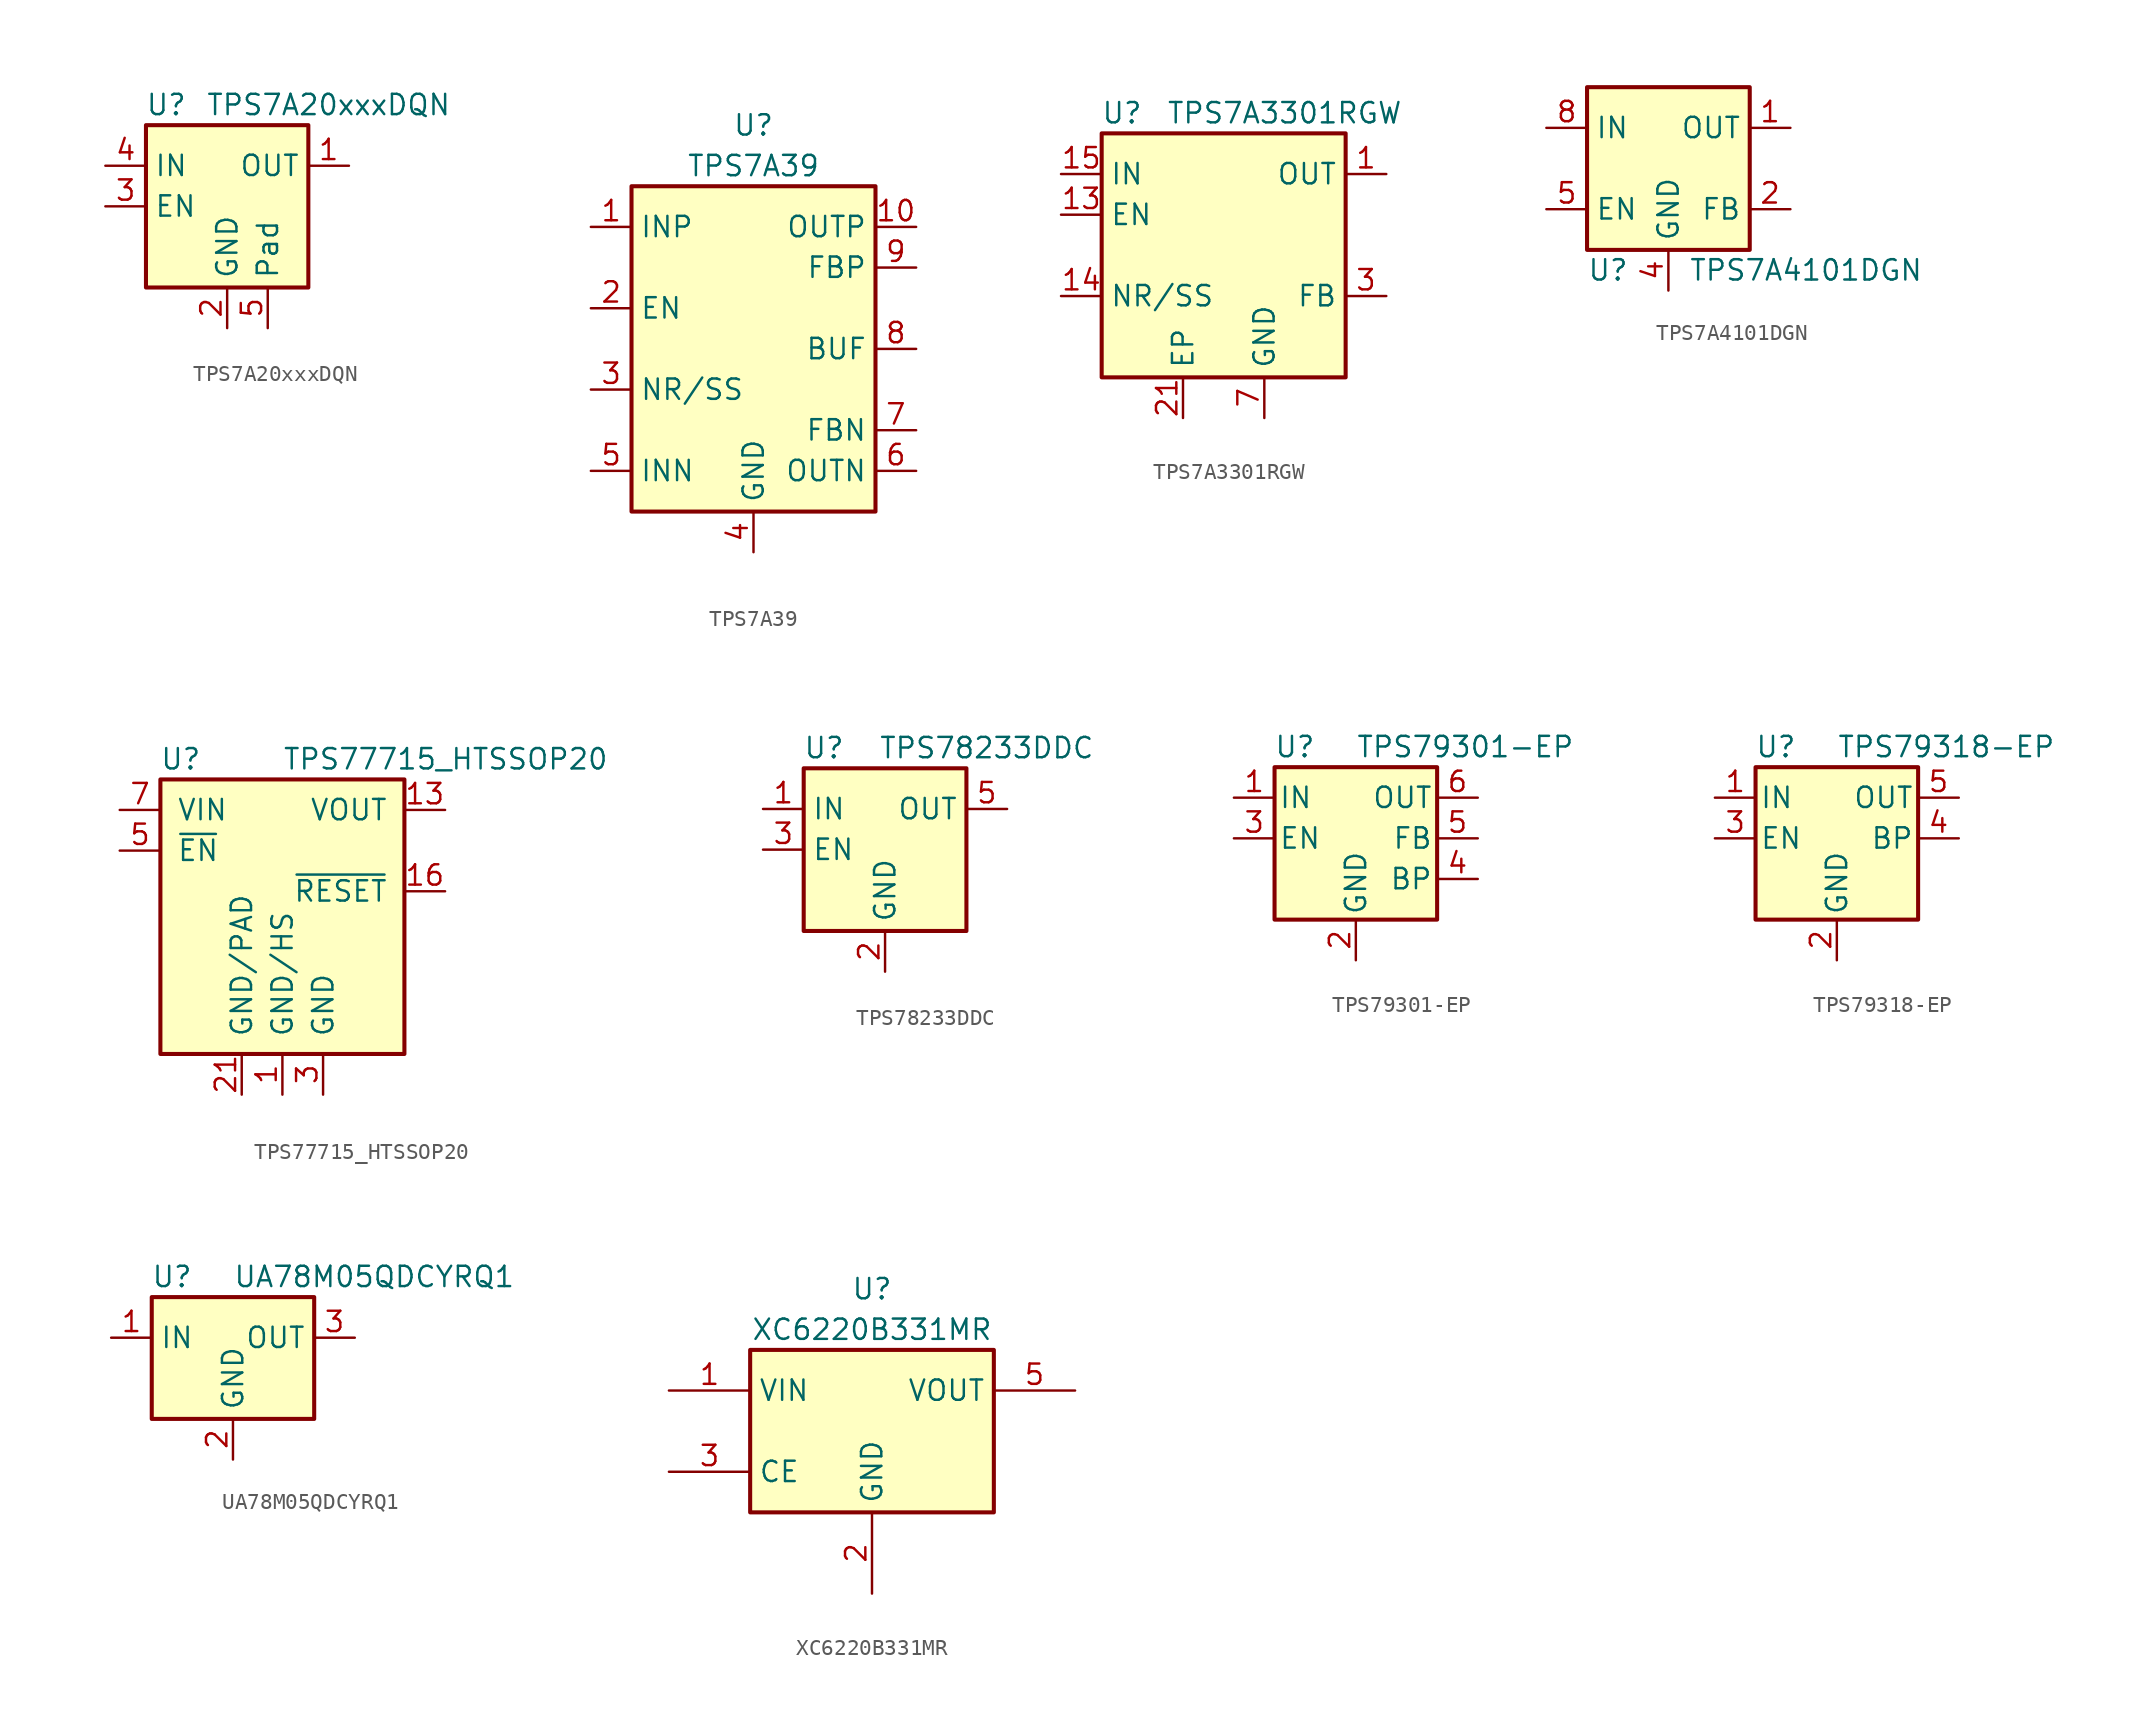
<source format=kicad_sym>
(kicad_symbol_lib
  (version 20241209)
  (generator "kicad_symbol_editor")
  (generator_version "9.0")
  (symbol "TPS7A20xxxDQN"
    (property "Reference" "U"
      (at -3.81 6.35 0)
      (effects (font (size 1.27 1.27))))
    (property "Value" "TPS7A20xxxDQN"
      (at 6.35 6.35 0)
      (effects (font (size 1.27 1.27))))
    (symbol "TPS7A20xxxDQN_0_1"
      (rectangle (start -5.08 5.08) (end 5.08 -5.08) (stroke (width 0.254) (type default)) (fill (type background)))
      (pin power_in line (at -7.62 2.54 0) (length 2.54) (name "IN" (effects (font (size 1.27 1.27)))) (number "4" (effects (font (size 1.27 1.27)))))
      (pin input line (at -7.62 0 0) (length 2.54) (name "EN" (effects (font (size 1.27 1.27)))) (number "3" (effects (font (size 1.27 1.27)))))
      (pin power_in line (at 0 -7.62 90) (length 2.54) (name "GND" (effects (font (size 1.27 1.27)))) (number "2" (effects (font (size 1.27 1.27)))))
      (pin power_out line (at 7.62 2.54 180) (length 2.54) (name "OUT" (effects (font (size 1.27 1.27)))) (number "1" (effects (font (size 1.27 1.27))))))
    (symbol "TPS7A20xxxDQN_1_1"
      (pin passive line (at 2.54 -7.62 90) (length 2.54) (name "Pad" (effects (font (size 1.27 1.27)))) (number "5" (effects (font (size 1.27 1.27)))))))
  (symbol "TPS7A39"
    (property "Reference" "U"
      (at 0 13.97 0)
      (effects (font (size 1.27 1.27))))
    (property "Value" "TPS7A39"
      (at 0 11.43 0)
      (effects (font (size 1.27 1.27))))
    (symbol "TPS7A39_1_1"
      (rectangle (start -7.62 10.16) (end 7.62 -10.16) (stroke (width 0.254) (type default)) (fill (type background)))
      (pin power_in line (at -10.16 7.62 0) (length 2.54) (name "INP" (effects (font (size 1.27 1.27)))) (number "1" (effects (font (size 1.27 1.27)))))
      (pin input line (at -10.16 2.54 0) (length 2.54) (name "EN" (effects (font (size 1.27 1.27)))) (number "2" (effects (font (size 1.27 1.27)))))
      (pin passive line (at -10.16 -2.54 0) (length 2.54) (name "NR/SS" (effects (font (size 1.27 1.27)))) (number "3" (effects (font (size 1.27 1.27)))))
      (pin power_in line (at -10.16 -7.62 0) (length 2.54) (name "INN" (effects (font (size 1.27 1.27)))) (number "5" (effects (font (size 1.27 1.27)))))
      (pin passive line (at 0 -12.7 90) (length 2.54) (hide yes) (name "GND" (effects (font (size 1.27 1.27)))) (number "11" (effects (font (size 1.27 1.27)))))
      (pin power_in line (at 0 -12.7 90) (length 2.54) (name "GND" (effects (font (size 1.27 1.27)))) (number "4" (effects (font (size 1.27 1.27)))))
      (pin power_out line (at 10.16 7.62 180) (length 2.54) (name "OUTP" (effects (font (size 1.27 1.27)))) (number "10" (effects (font (size 1.27 1.27)))))
      (pin input line (at 10.16 5.08 180) (length 2.54) (name "FBP" (effects (font (size 1.27 1.27)))) (number "9" (effects (font (size 1.27 1.27)))))
      (pin output line (at 10.16 0 180) (length 2.54) (name "BUF" (effects (font (size 1.27 1.27)))) (number "8" (effects (font (size 1.27 1.27)))))
      (pin input line (at 10.16 -5.08 180) (length 2.54) (name "FBN" (effects (font (size 1.27 1.27)))) (number "7" (effects (font (size 1.27 1.27)))))
      (pin power_out line (at 10.16 -7.62 180) (length 2.54) (name "OUTN" (effects (font (size 1.27 1.27)))) (number "6" (effects (font (size 1.27 1.27)))))))
  (symbol "TPS7A3301RGW"
    (property "Reference" "U"
      (at -6.35 8.89 0)
      (effects (font (size 1.27 1.27))))
    (property "Value" "TPS7A3301RGW"
      (at 3.81 8.89 0)
      (effects (font (size 1.27 1.27))))
    (symbol "TPS7A3301RGW_0_1"
      (rectangle (start -7.62 7.62) (end 7.62 -7.62) (stroke (width 0.254) (type default)) (fill (type background))))
    (symbol "TPS7A3301RGW_1_1"
      (pin power_in line (at -10.16 5.08 0) (length 2.54) (name "IN" (effects (font (size 1.27 1.27)))) (number "15" (effects (font (size 1.27 1.27)))))
      (pin passive line (at -10.16 5.08 0) (length 2.54) (hide yes) (name "IN" (effects (font (size 1.27 1.27)))) (number "16" (effects (font (size 1.27 1.27)))))
      (pin input line (at -10.16 2.54 0) (length 2.54) (name "EN" (effects (font (size 1.27 1.27)))) (number "13" (effects (font (size 1.27 1.27)))))
      (pin passive line (at -10.16 -2.54 0) (length 2.54) (name "NR/SS" (effects (font (size 1.27 1.27)))) (number "14" (effects (font (size 1.27 1.27)))))
      (pin power_in line (at -2.54 -10.16 90) (length 2.54) (name "EP" (effects (font (size 1.27 1.27)))) (number "21" (effects (font (size 1.27 1.27)))))
      (pin power_in line (at 2.54 -10.16 90) (length 2.54) (name "GND" (effects (font (size 1.27 1.27)))) (number "7" (effects (font (size 1.27 1.27)))))
      (pin power_out line (at 10.16 5.08 180) (length 2.54) (name "OUT" (effects (font (size 1.27 1.27)))) (number "1" (effects (font (size 1.27 1.27)))))
      (pin passive line (at 10.16 5.08 180) (length 2.54) (hide yes) (name "OUT" (effects (font (size 1.27 1.27)))) (number "20" (effects (font (size 1.27 1.27)))))
      (pin input line (at 10.16 -2.54 180) (length 2.54) (name "FB" (effects (font (size 1.27 1.27)))) (number "3" (effects (font (size 1.27 1.27)))))))
  (symbol "TPS7A4101DGN"
    (property "Reference" "U"
      (at -5.08 -6.35 0)
      (effects (font (size 1.27 1.27)) (justify left)))
    (property "Value" "TPS7A4101DGN"
      (at 1.27 -6.35 0)
      (effects (font (size 1.27 1.27)) (justify left)))
    (symbol "TPS7A4101DGN_0_1"
      (rectangle (start -5.08 5.08) (end 5.08 -5.08) (stroke (width 0.254) (type default)) (fill (type background))))
    (symbol "TPS7A4101DGN_1_0"
      (pin power_in line (at -7.62 2.54 0) (length 2.54) (name "IN" (effects (font (size 1.27 1.27)))) (number "8" (effects (font (size 1.27 1.27)))))
      (pin no_connect line (at -5.08 0 0) (length 2.54) (hide yes) (name "NC" (effects (font (size 1.27 1.27)))) (number "3" (effects (font (size 1.27 1.27)))))
      (pin no_connect line (at 0 5.08 270) (length 2.54) (hide yes) (name "NC" (effects (font (size 1.27 1.27)))) (number "7" (effects (font (size 1.27 1.27)))))
      (pin passive line (at 0 -7.62 90) (length 2.54) (hide yes) (name "GND" (effects (font (size 1.27 1.27)))) (number "9" (effects (font (size 1.27 1.27)))))
      (pin no_connect line (at 5.08 0 180) (length 2.54) (hide yes) (name "NC" (effects (font (size 1.27 1.27)))) (number "6" (effects (font (size 1.27 1.27))))))
    (symbol "TPS7A4101DGN_1_1"
      (pin input line (at -7.62 -2.54 0) (length 2.54) (name "EN" (effects (font (size 1.27 1.27)))) (number "5" (effects (font (size 1.27 1.27)))))
      (pin power_in line (at 0 -7.62 90) (length 2.54) (name "GND" (effects (font (size 1.27 1.27)))) (number "4" (effects (font (size 1.27 1.27)))))
      (pin power_out line (at 7.62 2.54 180) (length 2.54) (name "OUT" (effects (font (size 1.27 1.27)))) (number "1" (effects (font (size 1.27 1.27)))))
      (pin input line (at 7.62 -2.54 180) (length 2.54) (name "FB" (effects (font (size 1.27 1.27)))) (number "2" (effects (font (size 1.27 1.27)))))))
  (symbol "TPS77715_HTSSOP20"
    (pin_names
      (offset 1.016))
    (property "Reference" "U"
      (at -6.35 5.715 0)
      (effects (font (size 1.27 1.27))))
    (property "Value" "TPS77715_HTSSOP20"
      (at 0 5.715 0)
      (effects (font (size 1.27 1.27)) (justify left)))
    (symbol "TPS77715_HTSSOP20_0_1"
      (rectangle (start -7.62 4.445) (end 7.62 -12.7) (stroke (width 0.254) (type default)) (fill (type background))))
    (symbol "TPS77715_HTSSOP20_1_1"
      (pin passive line (at -10.16 2.54 0) (length 2.54) (hide yes) (name "VIN" (effects (font (size 1.27 1.27)))) (number "6" (effects (font (size 1.27 1.27)))))
      (pin power_in line (at -10.16 2.54 0) (length 2.54) (name "VIN" (effects (font (size 1.27 1.27)))) (number "7" (effects (font (size 1.27 1.27)))))
      (pin input line (at -10.16 0 0) (length 2.54) (name "~{EN}" (effects (font (size 1.27 1.27)))) (number "5" (effects (font (size 1.27 1.27)))))
      (pin no_connect line (at -7.62 -2.54 0) (length 2.54) (hide yes) (name "NC" (effects (font (size 1.27 1.27)))) (number "4" (effects (font (size 1.27 1.27)))))
      (pin no_connect line (at -7.62 -5.08 0) (length 2.54) (hide yes) (name "NC" (effects (font (size 1.27 1.27)))) (number "8" (effects (font (size 1.27 1.27)))))
      (pin power_in line (at -2.54 -15.24 90) (length 2.54) (name "GND/PAD" (effects (font (size 1.27 1.27)))) (number "21" (effects (font (size 1.27 1.27)))))
      (pin power_in line (at 0 -15.24 90) (length 2.54) (name "GND/HS" (effects (font (size 1.27 1.27)))) (number "1" (effects (font (size 1.27 1.27)))))
      (pin passive line (at 0 -15.24 90) (length 2.54) (hide yes) (name "GND/HS" (effects (font (size 1.27 1.27)))) (number "10" (effects (font (size 1.27 1.27)))))
      (pin passive line (at 0 -15.24 90) (length 2.54) (hide yes) (name "GND/HS" (effects (font (size 1.27 1.27)))) (number "11" (effects (font (size 1.27 1.27)))))
      (pin passive line (at 0 -15.24 90) (length 2.54) (hide yes) (name "GND/HS" (effects (font (size 1.27 1.27)))) (number "12" (effects (font (size 1.27 1.27)))))
      (pin passive line (at 0 -15.24 90) (length 2.54) (hide yes) (name "GND/HS" (effects (font (size 1.27 1.27)))) (number "19" (effects (font (size 1.27 1.27)))))
      (pin passive line (at 0 -15.24 90) (length 2.54) (hide yes) (name "GND/HS" (effects (font (size 1.27 1.27)))) (number "2" (effects (font (size 1.27 1.27)))))
      (pin passive line (at 0 -15.24 90) (length 2.54) (hide yes) (name "GND/HS" (effects (font (size 1.27 1.27)))) (number "20" (effects (font (size 1.27 1.27)))))
      (pin passive line (at 0 -15.24 90) (length 2.54) (hide yes) (name "GND/HS" (effects (font (size 1.27 1.27)))) (number "9" (effects (font (size 1.27 1.27)))))
      (pin power_in line (at 2.54 -15.24 90) (length 2.54) (name "GND" (effects (font (size 1.27 1.27)))) (number "3" (effects (font (size 1.27 1.27)))))
      (pin no_connect line (at 7.62 0 180) (length 2.54) (hide yes) (name "NC" (effects (font (size 1.27 1.27)))) (number "15" (effects (font (size 1.27 1.27)))))
      (pin no_connect line (at 7.62 -5.08 180) (length 2.54) (hide yes) (name "NC" (effects (font (size 1.27 1.27)))) (number "17" (effects (font (size 1.27 1.27)))))
      (pin no_connect line (at 7.62 -7.62 180) (length 2.54) (hide yes) (name "NC" (effects (font (size 1.27 1.27)))) (number "18" (effects (font (size 1.27 1.27)))))
      (pin power_out line (at 10.16 2.54 180) (length 2.54) (name "VOUT" (effects (font (size 1.27 1.27)))) (number "13" (effects (font (size 1.27 1.27)))))
      (pin passive line (at 10.16 2.54 180) (length 2.54) (hide yes) (name "VOUT" (effects (font (size 1.27 1.27)))) (number "14" (effects (font (size 1.27 1.27)))))
      (pin open_collector line (at 10.16 -2.54 180) (length 2.54) (name "~{RESET}" (effects (font (size 1.27 1.27)))) (number "16" (effects (font (size 1.27 1.27)))))))
  (symbol "TPS78233DDC"
    (property "Reference" "U"
      (at -3.81 6.35 0)
      (effects (font (size 1.27 1.27))))
    (property "Value" "TPS78233DDC"
      (at 6.35 6.35 0)
      (effects (font (size 1.27 1.27))))
    (symbol "TPS78233DDC_0_1"
      (rectangle (start -5.08 -5.08) (end 5.08 5.08) (stroke (width 0.254) (type default)) (fill (type background)))
      (pin power_in line (at -7.62 2.54 0) (length 2.54) (name "IN" (effects (font (size 1.27 1.27)))) (number "1" (effects (font (size 1.27 1.27)))))
      (pin input line (at -7.62 0 0) (length 2.54) (name "EN" (effects (font (size 1.27 1.27)))) (number "3" (effects (font (size 1.27 1.27)))))
      (pin power_in line (at 0 -7.62 90) (length 2.54) (name "GND" (effects (font (size 1.27 1.27)))) (number "2" (effects (font (size 1.27 1.27)))))
      (pin power_out line (at 7.62 2.54 180) (length 2.54) (name "OUT" (effects (font (size 1.27 1.27)))) (number "5" (effects (font (size 1.27 1.27))))))
    (symbol "TPS78233DDC_1_1"
      (pin passive line (at 0 -7.62 90) (length 2.54) (hide yes) (name "GND" (effects (font (size 1.27 1.27)))) (number "4" (effects (font (size 1.27 1.27)))))))
  (symbol "TPS79301-EP"
    (pin_names
      (offset 0.254))
    (property "Reference" "U"
      (at -3.81 5.715 0)
      (effects (font (size 1.27 1.27))))
    (property "Value" "TPS79301-EP"
      (at 0 5.715 0)
      (effects (font (size 1.27 1.27)) (justify left)))
    (symbol "TPS79301-EP_1_1"
      (rectangle (start 5.08 -5.08) (end -5.08 4.445) (stroke (width 0.254) (type default)) (fill (type background)))
      (pin power_in line (at -7.62 2.54 0) (length 2.54) (name "IN" (effects (font (size 1.27 1.27)))) (number "1" (effects (font (size 1.27 1.27)))))
      (pin input line (at -7.62 0 0) (length 2.54) (name "EN" (effects (font (size 1.27 1.27)))) (number "3" (effects (font (size 1.27 1.27)))))
      (pin power_in line (at 0 -7.62 90) (length 2.54) (name "GND" (effects (font (size 1.27 1.27)))) (number "2" (effects (font (size 1.27 1.27)))))
      (pin power_out line (at 7.62 2.54 180) (length 2.54) (name "OUT" (effects (font (size 1.27 1.27)))) (number "6" (effects (font (size 1.27 1.27)))))
      (pin input line (at 7.62 0 180) (length 2.54) (name "FB" (effects (font (size 1.27 1.27)))) (number "5" (effects (font (size 1.27 1.27)))))
      (pin passive line (at 7.62 -2.54 180) (length 2.54) (name "BP" (effects (font (size 1.27 1.27)))) (number "4" (effects (font (size 1.27 1.27)))))))
  (symbol "TPS79318-EP"
    (pin_names
      (offset 0.254))
    (property "Reference" "U"
      (at -3.81 5.715 0)
      (effects (font (size 1.27 1.27))))
    (property "Value" "TPS79318-EP"
      (at 0 5.715 0)
      (effects (font (size 1.27 1.27)) (justify left)))
    (symbol "TPS79318-EP_1_1"
      (rectangle (start 5.08 -5.08) (end -5.08 4.445) (stroke (width 0.254) (type default)) (fill (type background)))
      (pin power_in line (at -7.62 2.54 0) (length 2.54) (name "IN" (effects (font (size 1.27 1.27)))) (number "1" (effects (font (size 1.27 1.27)))))
      (pin input line (at -7.62 0 0) (length 2.54) (name "EN" (effects (font (size 1.27 1.27)))) (number "3" (effects (font (size 1.27 1.27)))))
      (pin power_in line (at 0 -7.62 90) (length 2.54) (name "GND" (effects (font (size 1.27 1.27)))) (number "2" (effects (font (size 1.27 1.27)))))
      (pin power_out line (at 7.62 2.54 180) (length 2.54) (name "OUT" (effects (font (size 1.27 1.27)))) (number "5" (effects (font (size 1.27 1.27)))))
      (pin bidirectional line (at 7.62 0 180) (length 2.54) (name "BP" (effects (font (size 1.27 1.27)))) (number "4" (effects (font (size 1.27 1.27)))))))
  (symbol "UA78M05QDCYRQ1"
    (property "Reference" "U"
      (at -3.81 3.81 0)
      (effects (font (size 1.27 1.27))))
    (property "Value" "UA78M05QDCYRQ1"
      (at 0 3.81 0)
      (effects (font (size 1.27 1.27)) (justify left)))
    (symbol "UA78M05QDCYRQ1_0_1"
      (rectangle (start -5.08 2.54) (end 5.08 -5.08) (stroke (width 0.254) (type default)) (fill (type background))))
    (symbol "UA78M05QDCYRQ1_1_1"
      (pin power_in line (at -7.62 0 0) (length 2.54) (name "IN" (effects (font (size 1.27 1.27)))) (number "1" (effects (font (size 1.27 1.27)))))
      (pin power_in line (at 0 -7.62 90) (length 2.54) (name "GND" (effects (font (size 1.27 1.27)))) (number "2" (effects (font (size 1.27 1.27)))))
      (pin power_out line (at 7.62 0 180) (length 2.54) (name "OUT" (effects (font (size 1.27 1.27)))) (number "3" (effects (font (size 1.27 1.27)))))))
  (symbol "XC6220B331MR"
    (property "Reference" "U"
      (at 0 8.89 0)
      (effects (font (size 1.27 1.27))))
    (property "Value" "XC6220B331MR"
      (at 0 6.35 0)
      (effects (font (size 1.27 1.27))))
    (symbol "XC6220B331MR_0_1"
      (rectangle (start -7.62 5.08) (end 7.62 -5.08) (stroke (width 0.254) (type default)) (fill (type background))))
    (symbol "XC6220B331MR_1_1"
      (pin power_in line (at -12.7 2.54 0) (length 5.08) (name "VIN" (effects (font (size 1.27 1.27)))) (number "1" (effects (font (size 1.27 1.27)))))
      (pin input line (at -12.7 -2.54 0) (length 5.08) (name "CE" (effects (font (size 1.27 1.27)))) (number "3" (effects (font (size 1.27 1.27)))))
      (pin power_in line (at 0 -10.16 90) (length 5.08) (name "GND" (effects (font (size 1.27 1.27)))) (number "2" (effects (font (size 1.27 1.27)))))
      (pin no_connect line (at 7.62 -2.54 180) (length 5.08) (hide yes) (name "NC" (effects (font (size 1.27 1.27)))) (number "4" (effects (font (size 1.27 1.27)))))
      (pin power_out line (at 12.7 2.54 180) (length 5.08) (name "VOUT" (effects (font (size 1.27 1.27)))) (number "5" (effects (font (size 1.27 1.27))))))))
</source>
